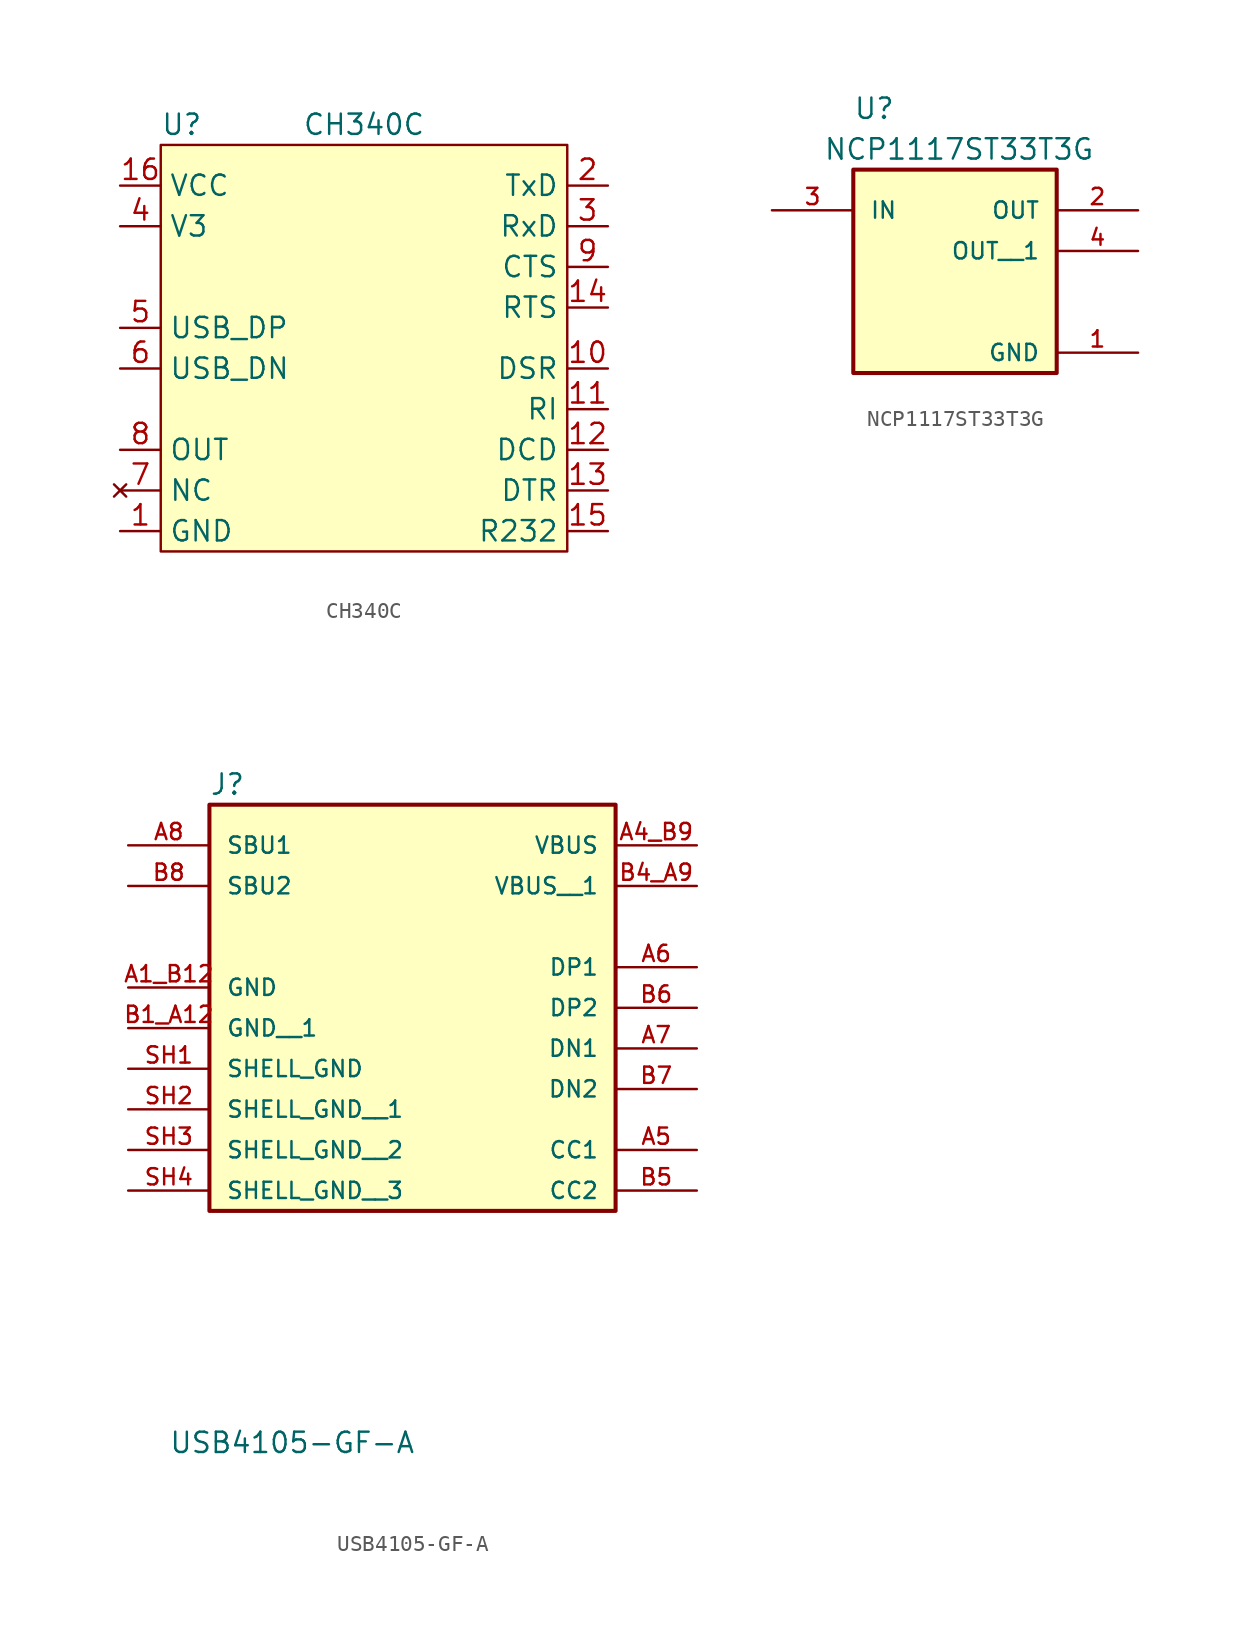
<source format=kicad_sym>
(kicad_symbol_lib
  (version 20241209)
  (generator "kicad_symbol_editor")
  (generator_version "9.0")
  (symbol "CH340C"
    (property "Reference" "U"
      (at -12.7 13.97 0)
      (effects (font (size 1.27 1.27)) (justify left)))
    (property "Value" "CH340C"
      (at 0 13.97 0)
      (effects (font (size 1.27 1.27))))
    (symbol "CH340C_0_0"
      (pin power_in line (at -15.24 10.16 0) (length 2.54) (name "VCC" (effects (font (size 1.27 1.27)))) (number "16" (effects (font (size 1.27 1.27)))))
      (pin power_out line (at -15.24 7.62 0) (length 2.54) (name "V3" (effects (font (size 1.27 1.27)))) (number "4" (effects (font (size 1.27 1.27)))))
      (pin input line (at -15.24 1.27 0) (length 2.54) (name "USB_DP" (effects (font (size 1.27 1.27)))) (number "5" (effects (font (size 1.27 1.27)))))
      (pin output line (at -15.24 -1.27 0) (length 2.54) (name "USB_DN" (effects (font (size 1.27 1.27)))) (number "6" (effects (font (size 1.27 1.27)))))
      (pin unspecified line (at -15.24 -6.35 0) (length 2.54) (name "OUT" (effects (font (size 1.27 1.27)))) (number "8" (effects (font (size 1.27 1.27)))))
      (pin no_connect line (at -15.24 -8.89 0) (length 2.54) (name "NC" (effects (font (size 1.27 1.27)))) (number "7" (effects (font (size 1.27 1.27)))))
      (pin power_in line (at -15.24 -11.43 0) (length 2.54) (name "GND" (effects (font (size 1.27 1.27)))) (number "1" (effects (font (size 1.27 1.27)))))
      (pin output line (at 15.24 10.16 180) (length 2.54) (name "TxD" (effects (font (size 1.27 1.27)))) (number "2" (effects (font (size 1.27 1.27)))))
      (pin input line (at 15.24 7.62 180) (length 2.54) (name "RxD" (effects (font (size 1.27 1.27)))) (number "3" (effects (font (size 1.27 1.27)))))
      (pin input line (at 15.24 5.08 180) (length 2.54) (name "CTS" (effects (font (size 1.27 1.27)))) (number "9" (effects (font (size 1.27 1.27)))))
      (pin output line (at 15.24 2.54 180) (length 2.54) (name "RTS" (effects (font (size 1.27 1.27)))) (number "14" (effects (font (size 1.27 1.27)))))
      (pin unspecified line (at 15.24 -1.27 180) (length 2.54) (name "DSR" (effects (font (size 1.27 1.27)))) (number "10" (effects (font (size 1.27 1.27)))))
      (pin unspecified line (at 15.24 -3.81 180) (length 2.54) (name "RI" (effects (font (size 1.27 1.27)))) (number "11" (effects (font (size 1.27 1.27)))))
      (pin unspecified line (at 15.24 -6.35 180) (length 2.54) (name "DCD" (effects (font (size 1.27 1.27)))) (number "12" (effects (font (size 1.27 1.27)))))
      (pin unspecified line (at 15.24 -8.89 180) (length 2.54) (name "DTR" (effects (font (size 1.27 1.27)))) (number "13" (effects (font (size 1.27 1.27)))))
      (pin input line (at 15.24 -11.43 180) (length 2.54) (name "R232" (effects (font (size 1.27 1.27)))) (number "15" (effects (font (size 1.27 1.27))))))
    (symbol "CH340C_0_1"
      (rectangle (start -12.7 12.7) (end 12.7 -12.7) (stroke (width 0) (type default)) (fill (type background)))))
  (symbol "NCP1117ST33T3G"
    (pin_names
      (offset 1.016))
    (property "Reference" "U"
      (at -6.35 10.16 0)
      (effects (font (size 1.27 1.27)) (justify left)))
    (property "Value" "NCP1117ST33T3G"
      (at 0.254 7.62 0)
      (effects (font (size 1.27 1.27))))
    (symbol "NCP1117ST33T3G_0_0"
      (rectangle (start -6.35 6.35) (end 6.35 -6.35) (stroke (width 0.254) (type default)) (fill (type background)))
      (pin input line (at -11.43 3.81 0) (length 5.08) (name "IN" (effects (font (size 1.016 1.016)))) (number "3" (effects (font (size 1.016 1.016)))))
      (pin output line (at 11.43 3.81 180) (length 5.08) (name "OUT" (effects (font (size 1.016 1.016)))) (number "2" (effects (font (size 1.016 1.016)))))
      (pin output line (at 11.43 1.27 180) (length 5.08) (name "OUT__1" (effects (font (size 1.016 1.016)))) (number "4" (effects (font (size 1.016 1.016)))))
      (pin power_in line (at 11.43 -5.08 180) (length 5.08) (name "GND" (effects (font (size 1.016 1.016)))) (number "1" (effects (font (size 1.016 1.016)))))))
  (symbol "USB4105-GF-A"
    (pin_names
      (offset 1.016))
    (property "Reference" "J"
      (at -12.7 13.97 0)
      (effects (font (size 1.27 1.27)) (justify left)))
    (property "Value" "USB4105-GF-A"
      (at -15.24 -27.94 0)
      (effects (font (size 1.27 1.27)) (justify left bottom)))
    (symbol "USB4105-GF-A_0_0"
      (rectangle (start -12.7 12.7) (end 12.7 -12.7) (stroke (width 0.254) (type default)) (fill (type background)))
      (pin bidirectional line (at -17.78 10.16 0) (length 5.08) (name "SBU1" (effects (font (size 1.016 1.016)))) (number "A8" (effects (font (size 1.016 1.016)))))
      (pin bidirectional line (at -17.78 7.62 0) (length 5.08) (name "SBU2" (effects (font (size 1.016 1.016)))) (number "B8" (effects (font (size 1.016 1.016)))))
      (pin power_in line (at -17.78 1.27 0) (length 5.08) (name "GND" (effects (font (size 1.016 1.016)))) (number "A1_B12" (effects (font (size 1.016 1.016)))))
      (pin power_in line (at -17.78 -1.27 0) (length 5.08) (name "GND__1" (effects (font (size 1.016 1.016)))) (number "B1_A12" (effects (font (size 1.016 1.016)))))
      (pin power_in line (at -17.78 -3.81 0) (length 5.08) (name "SHELL_GND" (effects (font (size 1.016 1.016)))) (number "SH1" (effects (font (size 1.016 1.016)))))
      (pin power_in line (at -17.78 -6.35 0) (length 5.08) (name "SHELL_GND__1" (effects (font (size 1.016 1.016)))) (number "SH2" (effects (font (size 1.016 1.016)))))
      (pin power_in line (at -17.78 -8.89 0) (length 5.08) (name "SHELL_GND__2" (effects (font (size 1.016 1.016)))) (number "SH3" (effects (font (size 1.016 1.016)))))
      (pin power_in line (at -17.78 -11.43 0) (length 5.08) (name "SHELL_GND__3" (effects (font (size 1.016 1.016)))) (number "SH4" (effects (font (size 1.016 1.016)))))
      (pin power_in line (at 17.78 10.16 180) (length 5.08) (name "VBUS" (effects (font (size 1.016 1.016)))) (number "A4_B9" (effects (font (size 1.016 1.016)))))
      (pin power_in line (at 17.78 7.62 180) (length 5.08) (name "VBUS__1" (effects (font (size 1.016 1.016)))) (number "B4_A9" (effects (font (size 1.016 1.016)))))
      (pin bidirectional line (at 17.78 2.54 180) (length 5.08) (name "DP1" (effects (font (size 1.016 1.016)))) (number "A6" (effects (font (size 1.016 1.016)))))
      (pin bidirectional line (at 17.78 0 180) (length 5.08) (name "DP2" (effects (font (size 1.016 1.016)))) (number "B6" (effects (font (size 1.016 1.016)))))
      (pin bidirectional line (at 17.78 -2.54 180) (length 5.08) (name "DN1" (effects (font (size 1.016 1.016)))) (number "A7" (effects (font (size 1.016 1.016)))))
      (pin bidirectional line (at 17.78 -5.08 180) (length 5.08) (name "DN2" (effects (font (size 1.016 1.016)))) (number "B7" (effects (font (size 1.016 1.016)))))
      (pin bidirectional line (at 17.78 -8.89 180) (length 5.08) (name "CC1" (effects (font (size 1.016 1.016)))) (number "A5" (effects (font (size 1.016 1.016)))))
      (pin bidirectional line (at 17.78 -11.43 180) (length 5.08) (name "CC2" (effects (font (size 1.016 1.016)))) (number "B5" (effects (font (size 1.016 1.016))))))))
</source>
